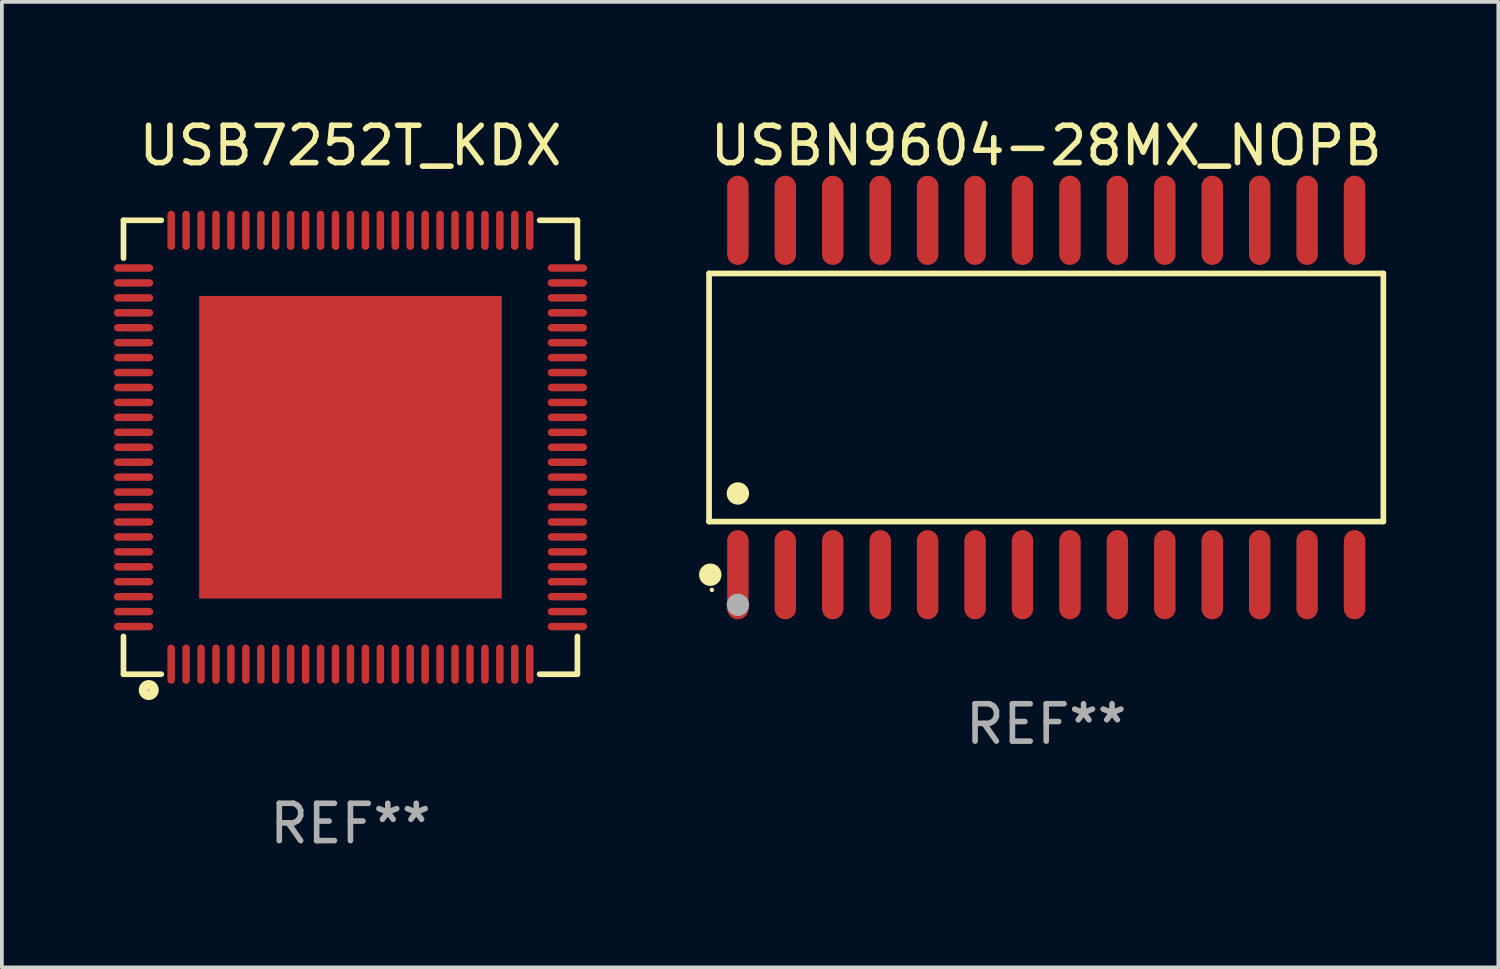
<source format=kicad_pcb>
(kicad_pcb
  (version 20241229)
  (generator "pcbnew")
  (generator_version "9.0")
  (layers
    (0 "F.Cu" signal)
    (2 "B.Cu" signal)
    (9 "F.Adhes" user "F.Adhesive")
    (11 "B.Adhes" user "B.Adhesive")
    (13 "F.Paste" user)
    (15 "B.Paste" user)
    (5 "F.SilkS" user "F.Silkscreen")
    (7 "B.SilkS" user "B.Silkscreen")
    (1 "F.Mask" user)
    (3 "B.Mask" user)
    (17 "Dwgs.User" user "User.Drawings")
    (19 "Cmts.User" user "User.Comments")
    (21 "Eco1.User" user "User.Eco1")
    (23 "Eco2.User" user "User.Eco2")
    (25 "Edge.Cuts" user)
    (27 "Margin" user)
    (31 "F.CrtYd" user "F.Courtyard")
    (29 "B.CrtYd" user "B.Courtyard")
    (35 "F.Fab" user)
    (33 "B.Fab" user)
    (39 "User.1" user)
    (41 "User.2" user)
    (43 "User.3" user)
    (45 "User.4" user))
  (footprint "USBN9604-28MX_NOPB"
    (layer "F.Cu")
    (at 24.959 7.592)
    (property "Reference" "USBN9604-28MX_NOPB" (at 0 -6.744 0) (layer "F.SilkS") (effects (font (size 1 1) (thickness 0.15))))
    (attr through_hole)
    (fp_line (start -9.026 -3.321) (end 9.026 -3.321) (stroke (width 0.152) (type solid)) (layer "F.SilkS"))
    (fp_line (start -9.026 3.321) (end -9.026 -3.321) (stroke (width 0.152) (type solid)) (layer "F.SilkS"))
    (fp_line (start 9.026 -3.321) (end 9.026 3.321) (stroke (width 0.152) (type solid)) (layer "F.SilkS"))
    (fp_line (start 9.026 3.321) (end -9.026 3.321) (stroke (width 0.152) (type solid)) (layer "F.SilkS"))
    (fp_circle (center -8.994 4.744) (end -8.844 4.744) (stroke (width 0.3) (type solid)) (fill no) (layer "F.SilkS"))
    (fp_circle (center -8.95 5.15) (end -8.92 5.15) (stroke (width 0.06) (type solid)) (fill no) (layer "F.SilkS"))
    (fp_circle (center -8.255 2.569) (end -8.105 2.569) (stroke (width 0.3) (type solid)) (fill no) (layer "F.SilkS"))
    (fp_circle (center -8.255 5.55) (end -8.105 5.55) (stroke (width 0.3) (type solid)) (fill no) (layer "F.Fab"))
    (fp_text user "REF**" (at 0 8.744 0) (layer "F.Fab") (effects (font (size 1 1) (thickness 0.15))))
    (pad "1" smd oval (at -8.255 4.744) (size 0.574 2.388) (layers "F.Cu" "F.Mask" "F.Paste"))
    (pad "2" smd oval (at -6.985 4.744) (size 0.574 2.388) (layers "F.Cu" "F.Mask" "F.Paste"))
    (pad "3" smd oval (at -5.715 4.744) (size 0.574 2.388) (layers "F.Cu" "F.Mask" "F.Paste"))
    (pad "4" smd oval (at -4.445 4.744) (size 0.574 2.388) (layers "F.Cu" "F.Mask" "F.Paste"))
    (pad "5" smd oval (at -3.175 4.744) (size 0.574 2.388) (layers "F.Cu" "F.Mask" "F.Paste"))
    (pad "6" smd oval (at -1.905 4.744) (size 0.574 2.388) (layers "F.Cu" "F.Mask" "F.Paste"))
    (pad "7" smd oval (at -0.635 4.744) (size 0.574 2.388) (layers "F.Cu" "F.Mask" "F.Paste"))
    (pad "8" smd oval (at 0.635 4.744) (size 0.574 2.388) (layers "F.Cu" "F.Mask" "F.Paste"))
    (pad "9" smd oval (at 1.905 4.744) (size 0.574 2.388) (layers "F.Cu" "F.Mask" "F.Paste"))
    (pad "10" smd oval (at 3.175 4.744) (size 0.574 2.388) (layers "F.Cu" "F.Mask" "F.Paste"))
    (pad "11" smd oval (at 4.445 4.744) (size 0.574 2.388) (layers "F.Cu" "F.Mask" "F.Paste"))
    (pad "12" smd oval (at 5.715 4.744) (size 0.574 2.388) (layers "F.Cu" "F.Mask" "F.Paste"))
    (pad "13" smd oval (at 6.985 4.744) (size 0.574 2.388) (layers "F.Cu" "F.Mask" "F.Paste"))
    (pad "14" smd oval (at 8.255 4.744) (size 0.574 2.388) (layers "F.Cu" "F.Mask" "F.Paste"))
    (pad "15" smd oval (at 8.255 -4.744) (size 0.574 2.388) (layers "F.Cu" "F.Mask" "F.Paste"))
    (pad "16" smd oval (at 6.985 -4.744) (size 0.574 2.388) (layers "F.Cu" "F.Mask" "F.Paste"))
    (pad "17" smd oval (at 5.715 -4.744) (size 0.574 2.388) (layers "F.Cu" "F.Mask" "F.Paste"))
    (pad "18" smd oval (at 4.445 -4.744) (size 0.574 2.388) (layers "F.Cu" "F.Mask" "F.Paste"))
    (pad "19" smd oval (at 3.175 -4.744) (size 0.574 2.388) (layers "F.Cu" "F.Mask" "F.Paste"))
    (pad "20" smd oval (at 1.905 -4.744) (size 0.574 2.388) (layers "F.Cu" "F.Mask" "F.Paste"))
    (pad "21" smd oval (at 0.635 -4.744) (size 0.574 2.388) (layers "F.Cu" "F.Mask" "F.Paste"))
    (pad "22" smd oval (at -0.635 -4.744) (size 0.574 2.388) (layers "F.Cu" "F.Mask" "F.Paste"))
    (pad "23" smd oval (at -1.905 -4.744) (size 0.574 2.388) (layers "F.Cu" "F.Mask" "F.Paste"))
    (pad "24" smd oval (at -3.175 -4.744) (size 0.574 2.388) (layers "F.Cu" "F.Mask" "F.Paste"))
    (pad "25" smd oval (at -4.445 -4.744) (size 0.574 2.388) (layers "F.Cu" "F.Mask" "F.Paste"))
    (pad "26" smd oval (at -5.715 -4.744) (size 0.574 2.388) (layers "F.Cu" "F.Mask" "F.Paste"))
    (pad "27" smd oval (at -6.985 -4.744) (size 0.574 2.388) (layers "F.Cu" "F.Mask" "F.Paste"))
    (pad "28" smd oval (at -8.255 -4.744) (size 0.574 2.388) (layers "F.Cu" "F.Mask" "F.Paste")))
  (footprint "USB7252T_KDX"
    (layer "F.Cu")
    (at 6.332 8.924)
    (property "Reference" "USB7252T_KDX" (at 0 -8.076 0) (layer "F.SilkS") (effects (font (size 1 1) (thickness 0.15))))
    (attr through_hole)
    (fp_line (start -6.076 -6.076) (end -6.076 -5.064) (stroke (width 0.152) (type solid)) (layer "F.SilkS"))
    (fp_line (start -6.076 6.076) (end -6.076 5.064) (stroke (width 0.152) (type solid)) (layer "F.SilkS"))
    (fp_line (start -5.064 -6.076) (end -6.076 -6.076) (stroke (width 0.152) (type solid)) (layer "F.SilkS"))
    (fp_line (start -5.064 6.076) (end -6.076 6.076) (stroke (width 0.152) (type solid)) (layer "F.SilkS"))
    (fp_line (start 5.064 -6.076) (end 6.076 -6.076) (stroke (width 0.152) (type solid)) (layer "F.SilkS"))
    (fp_line (start 5.064 6.076) (end 6.076 6.076) (stroke (width 0.152) (type solid)) (layer "F.SilkS"))
    (fp_line (start 6.076 -6.076) (end 6.076 -5.064) (stroke (width 0.152) (type solid)) (layer "F.SilkS"))
    (fp_line (start 6.076 6.076) (end 6.076 5.064) (stroke (width 0.152) (type solid)) (layer "F.SilkS"))
    (fp_circle (center -5.4 6.5) (end -5.259 6.5) (stroke (width 0.254) (type solid)) (fill no) (layer "F.SilkS"))
    (fp_text user "REF**" (at 0 10.076 0) (layer "F.Fab") (effects (font (size 1 1) (thickness 0.15))))
    (pad "1" smd oval (at -4.8 5.807 90) (size 1.05 0.2) (layers "F.Cu" "F.Mask" "F.Paste"))
    (pad "2" smd oval (at -4.4 5.807 90) (size 1.05 0.2) (layers "F.Cu" "F.Mask" "F.Paste"))
    (pad "3" smd oval (at -4 5.807 90) (size 1.05 0.2) (layers "F.Cu" "F.Mask" "F.Paste"))
    (pad "4" smd oval (at -3.6 5.807 90) (size 1.05 0.2) (layers "F.Cu" "F.Mask" "F.Paste"))
    (pad "5" smd oval (at -3.2 5.807 90) (size 1.05 0.2) (layers "F.Cu" "F.Mask" "F.Paste"))
    (pad "6" smd oval (at -2.8 5.807 90) (size 1.05 0.2) (layers "F.Cu" "F.Mask" "F.Paste"))
    (pad "7" smd oval (at -2.4 5.807 90) (size 1.05 0.2) (layers "F.Cu" "F.Mask" "F.Paste"))
    (pad "8" smd oval (at -2 5.807 90) (size 1.05 0.2) (layers "F.Cu" "F.Mask" "F.Paste"))
    (pad "9" smd oval (at -1.6 5.807 90) (size 1.05 0.2) (layers "F.Cu" "F.Mask" "F.Paste"))
    (pad "10" smd oval (at -1.2 5.807 90) (size 1.05 0.2) (layers "F.Cu" "F.Mask" "F.Paste"))
    (pad "11" smd oval (at -0.8 5.807 90) (size 1.05 0.2) (layers "F.Cu" "F.Mask" "F.Paste"))
    (pad "12" smd oval (at -0.4 5.807 90) (size 1.05 0.2) (layers "F.Cu" "F.Mask" "F.Paste"))
    (pad "13" smd oval (at 0 5.807 90) (size 1.05 0.2) (layers "F.Cu" "F.Mask" "F.Paste"))
    (pad "14" smd oval (at 0.4 5.807 90) (size 1.05 0.2) (layers "F.Cu" "F.Mask" "F.Paste"))
    (pad "15" smd oval (at 0.8 5.807 90) (size 1.05 0.2) (layers "F.Cu" "F.Mask" "F.Paste"))
    (pad "16" smd oval (at 1.2 5.807 90) (size 1.05 0.2) (layers "F.Cu" "F.Mask" "F.Paste"))
    (pad "17" smd oval (at 1.6 5.807 90) (size 1.05 0.2) (layers "F.Cu" "F.Mask" "F.Paste"))
    (pad "18" smd oval (at 2 5.807 90) (size 1.05 0.2) (layers "F.Cu" "F.Mask" "F.Paste"))
    (pad "19" smd oval (at 2.4 5.807 90) (size 1.05 0.2) (layers "F.Cu" "F.Mask" "F.Paste"))
    (pad "20" smd oval (at 2.8 5.807 90) (size 1.05 0.2) (layers "F.Cu" "F.Mask" "F.Paste"))
    (pad "21" smd oval (at 3.2 5.807 90) (size 1.05 0.2) (layers "F.Cu" "F.Mask" "F.Paste"))
    (pad "22" smd oval (at 3.6 5.807 90) (size 1.05 0.2) (layers "F.Cu" "F.Mask" "F.Paste"))
    (pad "23" smd oval (at 4 5.807 90) (size 1.05 0.2) (layers "F.Cu" "F.Mask" "F.Paste"))
    (pad "24" smd oval (at 4.4 5.807 90) (size 1.05 0.2) (layers "F.Cu" "F.Mask" "F.Paste"))
    (pad "25" smd oval (at 4.8 5.807 90) (size 1.05 0.2) (layers "F.Cu" "F.Mask" "F.Paste"))
    (pad "26" smd oval (at 5.807 4.8 90) (size 0.2 1.05) (layers "F.Cu" "F.Mask" "F.Paste"))
    (pad "27" smd oval (at 5.807 4.4 90) (size 0.2 1.05) (layers "F.Cu" "F.Mask" "F.Paste"))
    (pad "28" smd oval (at 5.807 4 90) (size 0.2 1.05) (layers "F.Cu" "F.Mask" "F.Paste"))
    (pad "29" smd oval (at 5.807 3.6 90) (size 0.2 1.05) (layers "F.Cu" "F.Mask" "F.Paste"))
    (pad "30" smd oval (at 5.807 3.2 90) (size 0.2 1.05) (layers "F.Cu" "F.Mask" "F.Paste"))
    (pad "31" smd oval (at 5.807 2.8 90) (size 0.2 1.05) (layers "F.Cu" "F.Mask" "F.Paste"))
    (pad "32" smd oval (at 5.807 2.4 90) (size 0.2 1.05) (layers "F.Cu" "F.Mask" "F.Paste"))
    (pad "33" smd oval (at 5.807 2 90) (size 0.2 1.05) (layers "F.Cu" "F.Mask" "F.Paste"))
    (pad "34" smd oval (at 5.807 1.6 90) (size 0.2 1.05) (layers "F.Cu" "F.Mask" "F.Paste"))
    (pad "35" smd oval (at 5.807 1.2 90) (size 0.2 1.05) (layers "F.Cu" "F.Mask" "F.Paste"))
    (pad "36" smd oval (at 5.807 0.8 90) (size 0.2 1.05) (layers "F.Cu" "F.Mask" "F.Paste"))
    (pad "37" smd oval (at 5.807 0.4 90) (size 0.2 1.05) (layers "F.Cu" "F.Mask" "F.Paste"))
    (pad "38" smd oval (at 5.807 0 90) (size 0.2 1.05) (layers "F.Cu" "F.Mask" "F.Paste"))
    (pad "39" smd oval (at 5.807 -0.4 90) (size 0.2 1.05) (layers "F.Cu" "F.Mask" "F.Paste"))
    (pad "40" smd oval (at 5.807 -0.8 90) (size 0.2 1.05) (layers "F.Cu" "F.Mask" "F.Paste"))
    (pad "41" smd oval (at 5.807 -1.2 90) (size 0.2 1.05) (layers "F.Cu" "F.Mask" "F.Paste"))
    (pad "42" smd oval (at 5.807 -1.6 90) (size 0.2 1.05) (layers "F.Cu" "F.Mask" "F.Paste"))
    (pad "43" smd oval (at 5.807 -2 90) (size 0.2 1.05) (layers "F.Cu" "F.Mask" "F.Paste"))
    (pad "44" smd oval (at 5.807 -2.4 90) (size 0.2 1.05) (layers "F.Cu" "F.Mask" "F.Paste"))
    (pad "45" smd oval (at 5.807 -2.8 90) (size 0.2 1.05) (layers "F.Cu" "F.Mask" "F.Paste"))
    (pad "46" smd oval (at 5.807 -3.2 90) (size 0.2 1.05) (layers "F.Cu" "F.Mask" "F.Paste"))
    (pad "47" smd oval (at 5.807 -3.6 90) (size 0.2 1.05) (layers "F.Cu" "F.Mask" "F.Paste"))
    (pad "48" smd oval (at 5.807 -4 90) (size 0.2 1.05) (layers "F.Cu" "F.Mask" "F.Paste"))
    (pad "49" smd oval (at 5.807 -4.4 90) (size 0.2 1.05) (layers "F.Cu" "F.Mask" "F.Paste"))
    (pad "50" smd oval (at 5.807 -4.8 90) (size 0.2 1.05) (layers "F.Cu" "F.Mask" "F.Paste"))
    (pad "51" smd oval (at 4.8 -5.807 90) (size 1.05 0.2) (layers "F.Cu" "F.Mask" "F.Paste"))
    (pad "52" smd oval (at 4.4 -5.807 90) (size 1.05 0.2) (layers "F.Cu" "F.Mask" "F.Paste"))
    (pad "53" smd oval (at 4 -5.807 90) (size 1.05 0.2) (layers "F.Cu" "F.Mask" "F.Paste"))
    (pad "54" smd oval (at 3.6 -5.807 90) (size 1.05 0.2) (layers "F.Cu" "F.Mask" "F.Paste"))
    (pad "55" smd oval (at 3.2 -5.807 90) (size 1.05 0.2) (layers "F.Cu" "F.Mask" "F.Paste"))
    (pad "56" smd oval (at 2.8 -5.807 90) (size 1.05 0.2) (layers "F.Cu" "F.Mask" "F.Paste"))
    (pad "57" smd oval (at 2.4 -5.807 90) (size 1.05 0.2) (layers "F.Cu" "F.Mask" "F.Paste"))
    (pad "58" smd oval (at 2 -5.807 90) (size 1.05 0.2) (layers "F.Cu" "F.Mask" "F.Paste"))
    (pad "59" smd oval (at 1.6 -5.807 90) (size 1.05 0.2) (layers "F.Cu" "F.Mask" "F.Paste"))
    (pad "60" smd oval (at 1.2 -5.807 90) (size 1.05 0.2) (layers "F.Cu" "F.Mask" "F.Paste"))
    (pad "61" smd oval (at 0.8 -5.807 90) (size 1.05 0.2) (layers "F.Cu" "F.Mask" "F.Paste"))
    (pad "62" smd oval (at 0.4 -5.807 90) (size 1.05 0.2) (layers "F.Cu" "F.Mask" "F.Paste"))
    (pad "63" smd oval (at 0 -5.807 90) (size 1.05 0.2) (layers "F.Cu" "F.Mask" "F.Paste"))
    (pad "64" smd oval (at -0.4 -5.807 90) (size 1.05 0.2) (layers "F.Cu" "F.Mask" "F.Paste"))
    (pad "65" smd oval (at -0.8 -5.807 90) (size 1.05 0.2) (layers "F.Cu" "F.Mask" "F.Paste"))
    (pad "66" smd oval (at -1.2 -5.807 90) (size 1.05 0.2) (layers "F.Cu" "F.Mask" "F.Paste"))
    (pad "67" smd oval (at -1.6 -5.807 90) (size 1.05 0.2) (layers "F.Cu" "F.Mask" "F.Paste"))
    (pad "68" smd oval (at -2 -5.807 90) (size 1.05 0.2) (layers "F.Cu" "F.Mask" "F.Paste"))
    (pad "69" smd oval (at -2.4 -5.807 90) (size 1.05 0.2) (layers "F.Cu" "F.Mask" "F.Paste"))
    (pad "70" smd oval (at -2.8 -5.807 90) (size 1.05 0.2) (layers "F.Cu" "F.Mask" "F.Paste"))
    (pad "71" smd oval (at -3.2 -5.807 90) (size 1.05 0.2) (layers "F.Cu" "F.Mask" "F.Paste"))
    (pad "72" smd oval (at -3.6 -5.807 90) (size 1.05 0.2) (layers "F.Cu" "F.Mask" "F.Paste"))
    (pad "73" smd oval (at -4 -5.807 90) (size 1.05 0.2) (layers "F.Cu" "F.Mask" "F.Paste"))
    (pad "74" smd oval (at -4.4 -5.807 90) (size 1.05 0.2) (layers "F.Cu" "F.Mask" "F.Paste"))
    (pad "75" smd oval (at -4.8 -5.807 90) (size 1.05 0.2) (layers "F.Cu" "F.Mask" "F.Paste"))
    (pad "76" smd oval (at -5.807 -4.8 90) (size 0.2 1.05) (layers "F.Cu" "F.Mask" "F.Paste"))
    (pad "77" smd oval (at -5.807 -4.4 90) (size 0.2 1.05) (layers "F.Cu" "F.Mask" "F.Paste"))
    (pad "78" smd oval (at -5.807 -4 90) (size 0.2 1.05) (layers "F.Cu" "F.Mask" "F.Paste"))
    (pad "79" smd oval (at -5.807 -3.6 90) (size 0.2 1.05) (layers "F.Cu" "F.Mask" "F.Paste"))
    (pad "80" smd oval (at -5.807 -3.2 90) (size 0.2 1.05) (layers "F.Cu" "F.Mask" "F.Paste"))
    (pad "81" smd oval (at -5.807 -2.8 90) (size 0.2 1.05) (layers "F.Cu" "F.Mask" "F.Paste"))
    (pad "82" smd oval (at -5.807 -2.4 90) (size 0.2 1.05) (layers "F.Cu" "F.Mask" "F.Paste"))
    (pad "83" smd oval (at -5.807 -2 90) (size 0.2 1.05) (layers "F.Cu" "F.Mask" "F.Paste"))
    (pad "84" smd oval (at -5.807 -1.6 90) (size 0.2 1.05) (layers "F.Cu" "F.Mask" "F.Paste"))
    (pad "85" smd oval (at -5.807 -1.2 90) (size 0.2 1.05) (layers "F.Cu" "F.Mask" "F.Paste"))
    (pad "86" smd oval (at -5.807 -0.8 90) (size 0.2 1.05) (layers "F.Cu" "F.Mask" "F.Paste"))
    (pad "87" smd oval (at -5.807 -0.4 90) (size 0.2 1.05) (layers "F.Cu" "F.Mask" "F.Paste"))
    (pad "88" smd oval (at -5.807 0 90) (size 0.2 1.05) (layers "F.Cu" "F.Mask" "F.Paste"))
    (pad "89" smd oval (at -5.807 0.4 90) (size 0.2 1.05) (layers "F.Cu" "F.Mask" "F.Paste"))
    (pad "90" smd oval (at -5.807 0.8 90) (size 0.2 1.05) (layers "F.Cu" "F.Mask" "F.Paste"))
    (pad "91" smd oval (at -5.807 1.2 90) (size 0.2 1.05) (layers "F.Cu" "F.Mask" "F.Paste"))
    (pad "92" smd oval (at -5.807 1.6 90) (size 0.2 1.05) (layers "F.Cu" "F.Mask" "F.Paste"))
    (pad "93" smd oval (at -5.807 2 90) (size 0.2 1.05) (layers "F.Cu" "F.Mask" "F.Paste"))
    (pad "94" smd oval (at -5.807 2.4 90) (size 0.2 1.05) (layers "F.Cu" "F.Mask" "F.Paste"))
    (pad "95" smd oval (at -5.807 2.8 90) (size 0.2 1.05) (layers "F.Cu" "F.Mask" "F.Paste"))
    (pad "96" smd oval (at -5.807 3.2 90) (size 0.2 1.05) (layers "F.Cu" "F.Mask" "F.Paste"))
    (pad "97" smd oval (at -5.807 3.6 90) (size 0.2 1.05) (layers "F.Cu" "F.Mask" "F.Paste"))
    (pad "98" smd oval (at -5.807 4 90) (size 0.2 1.05) (layers "F.Cu" "F.Mask" "F.Paste"))
    (pad "99" smd oval (at -5.807 4.4 90) (size 0.2 1.05) (layers "F.Cu" "F.Mask" "F.Paste"))
    (pad "100" smd oval (at -5.807 4.8 90) (size 0.2 1.05) (layers "F.Cu" "F.Mask" "F.Paste"))
    (pad "101" smd rect (at 0 0 90) (size 8.1 8.1) (layers "F.Cu" "F.Mask" "F.Paste")))
  (gr_rect
    (start -3 -3)
    (end 37.062 22.849)
    (stroke (width 0.1) (type default))
    (fill no)
    (layer "Edge.Cuts")))
</source>
